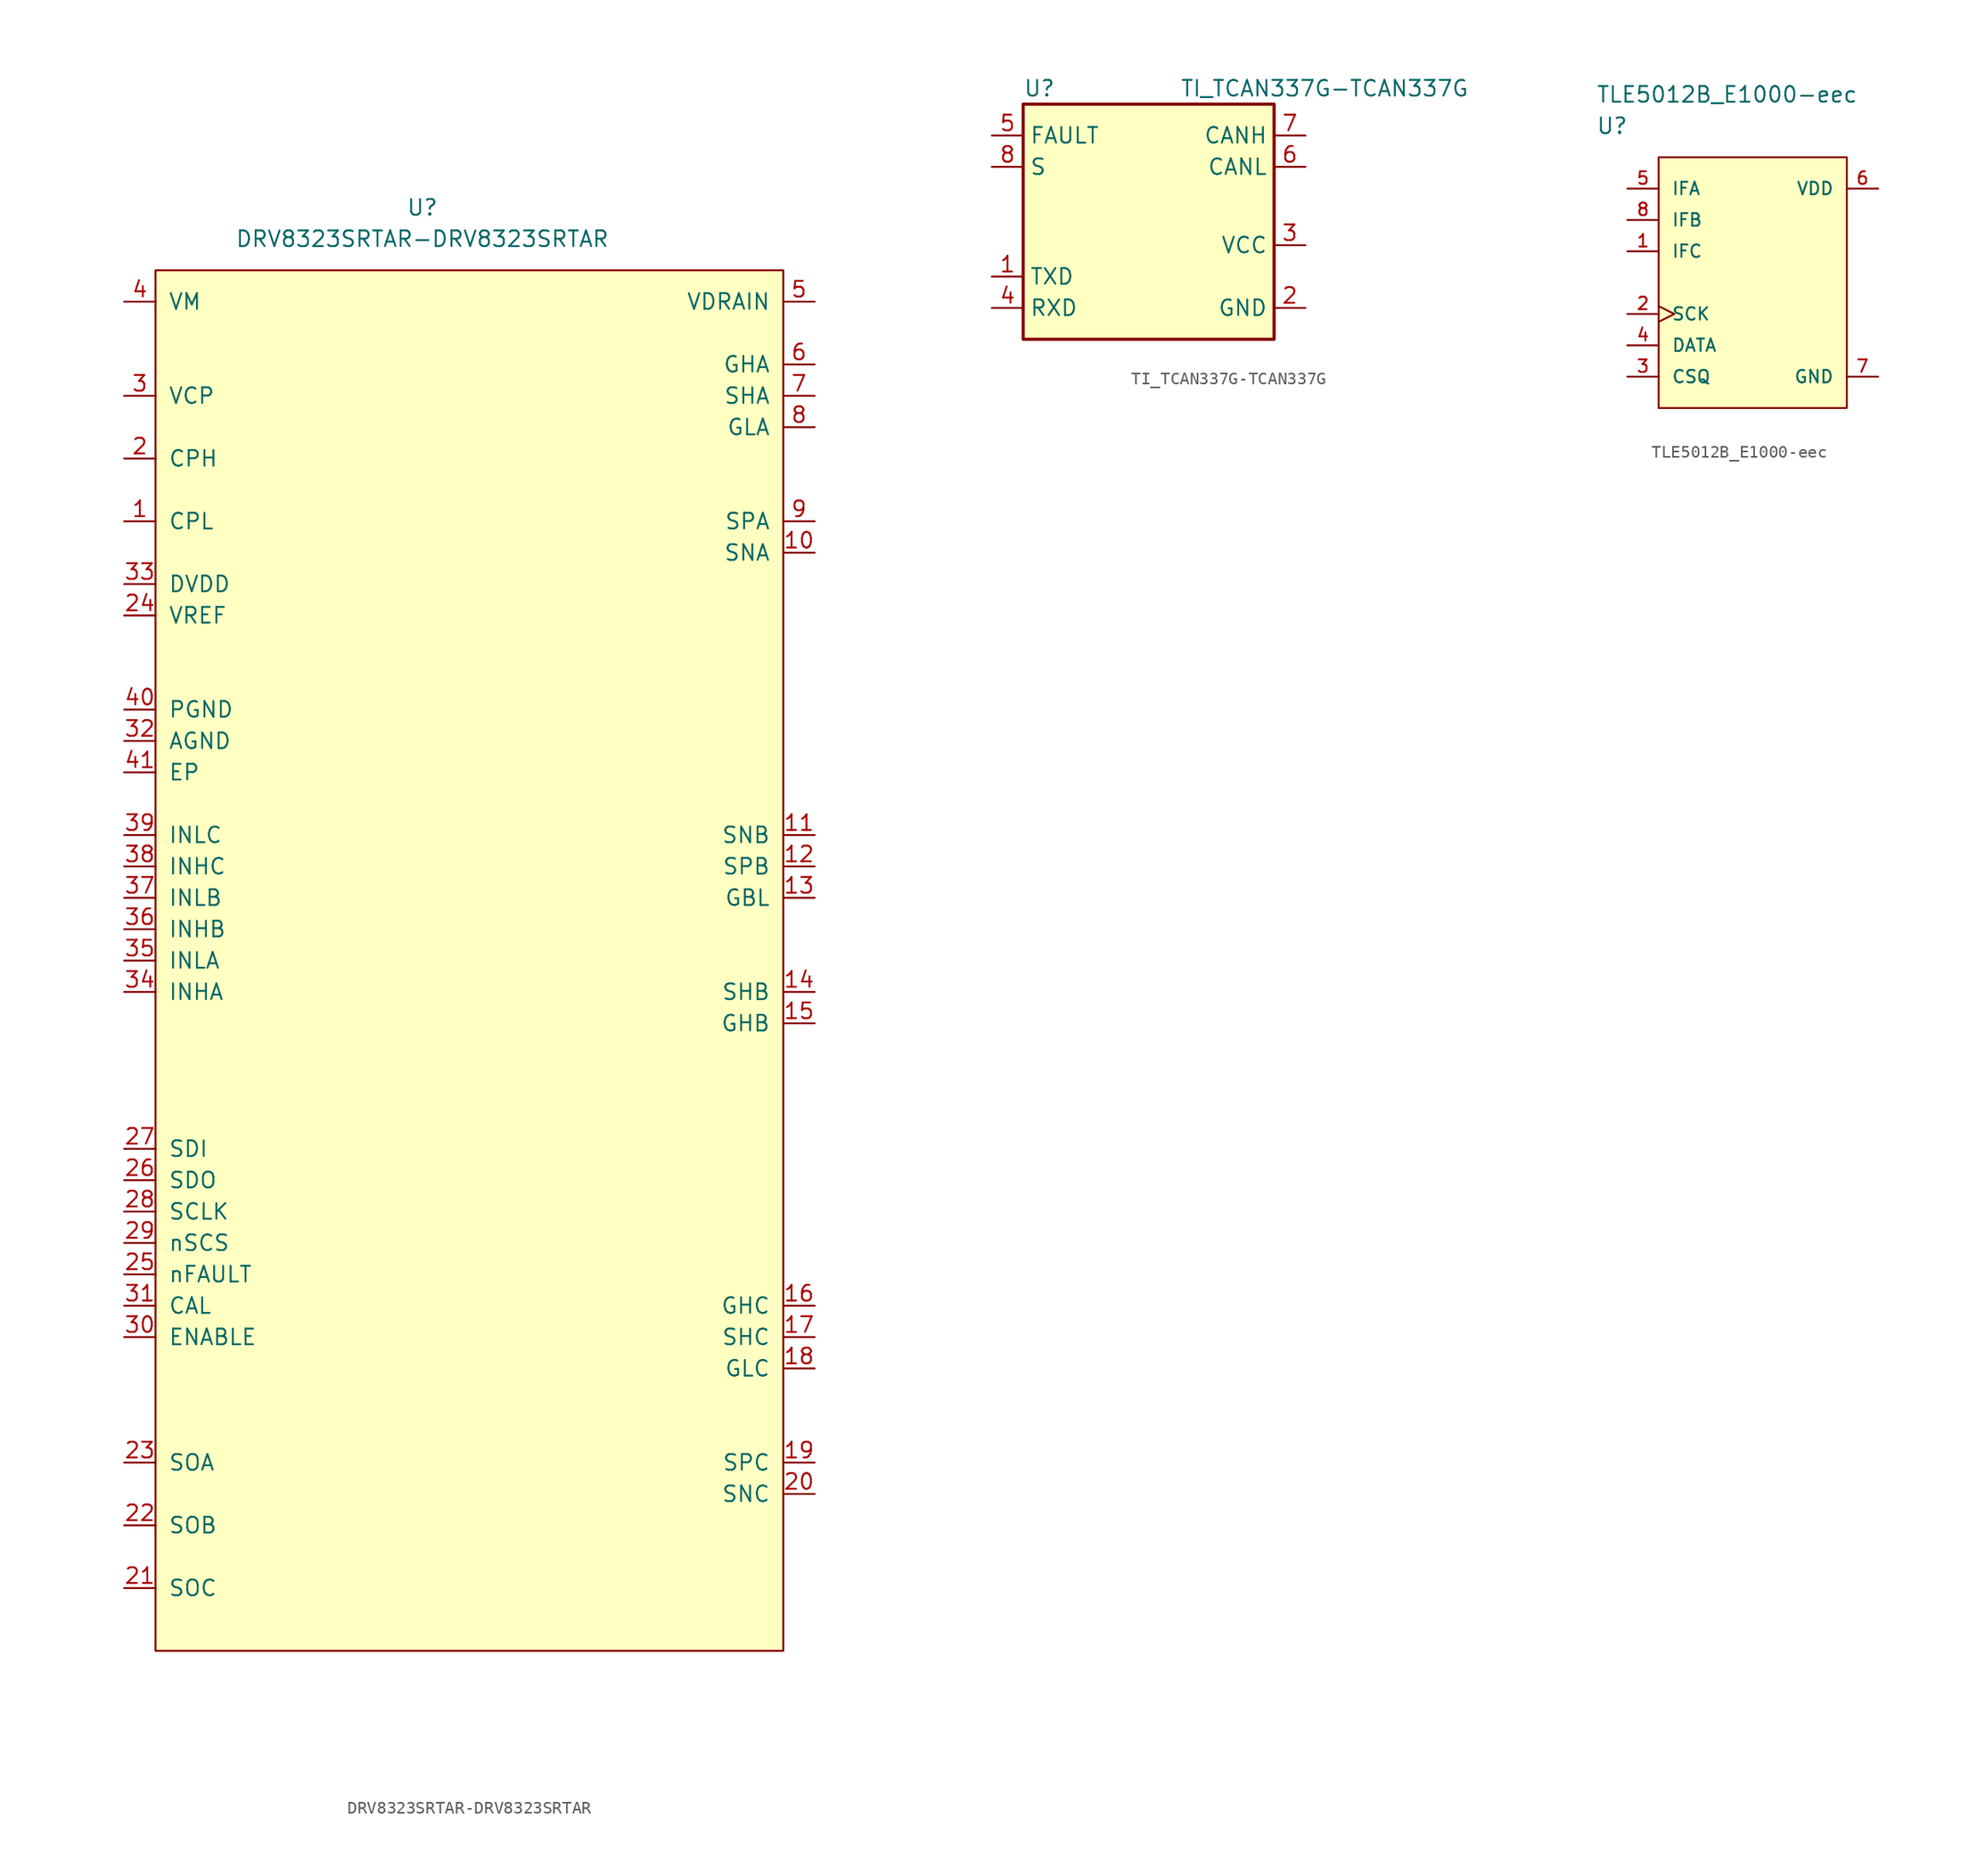
<source format=kicad_sym>
(kicad_symbol_lib
  (version 20201005)
  (generator kicad_symbol_editor)
  (symbol "OpenTurn-rescue:DRV8323SRTAR-DRV8323SRTAR"
    (pin_names
      (offset 1.016))
    (property "Reference" "U"
      (at 21.59 5.08 0)
      (effects (font (size 1.27 1.27))))
    (property "Value" "DRV8323SRTAR-DRV8323SRTAR"
      (at 21.59 2.54 0)
      (effects (font (size 1.27 1.27))))
    (symbol "DRV8323SRTAR-DRV8323SRTAR_0_1"
      (rectangle (start 0 0) (end 50.8 -111.76) (stroke (width 0)) (fill (type background))))
    (symbol "DRV8323SRTAR-DRV8323SRTAR_1_1"
      (pin power_in line (at -2.54 -20.32 0) (length 2.54) (name "CPL" (effects (font (size 1.27 1.27)))) (number "1" (effects (font (size 1.27 1.27)))))
      (pin input line (at 53.34 -22.86 180) (length 2.54) (name "SNA" (effects (font (size 1.27 1.27)))) (number "10" (effects (font (size 1.27 1.27)))))
      (pin input line (at 53.34 -45.72 180) (length 2.54) (name "SNB" (effects (font (size 1.27 1.27)))) (number "11" (effects (font (size 1.27 1.27)))))
      (pin input line (at 53.34 -48.26 180) (length 2.54) (name "SPB" (effects (font (size 1.27 1.27)))) (number "12" (effects (font (size 1.27 1.27)))))
      (pin output line (at 53.34 -50.8 180) (length 2.54) (name "GBL" (effects (font (size 1.27 1.27)))) (number "13" (effects (font (size 1.27 1.27)))))
      (pin input line (at 53.34 -58.42 180) (length 2.54) (name "SHB" (effects (font (size 1.27 1.27)))) (number "14" (effects (font (size 1.27 1.27)))))
      (pin output line (at 53.34 -60.96 180) (length 2.54) (name "GHB" (effects (font (size 1.27 1.27)))) (number "15" (effects (font (size 1.27 1.27)))))
      (pin output line (at 53.34 -83.82 180) (length 2.54) (name "GHC" (effects (font (size 1.27 1.27)))) (number "16" (effects (font (size 1.27 1.27)))))
      (pin input line (at 53.34 -86.36 180) (length 2.54) (name "SHC" (effects (font (size 1.27 1.27)))) (number "17" (effects (font (size 1.27 1.27)))))
      (pin output line (at 53.34 -88.9 180) (length 2.54) (name "GLC" (effects (font (size 1.27 1.27)))) (number "18" (effects (font (size 1.27 1.27)))))
      (pin input line (at 53.34 -96.52 180) (length 2.54) (name "SPC" (effects (font (size 1.27 1.27)))) (number "19" (effects (font (size 1.27 1.27)))))
      (pin power_in line (at -2.54 -15.24 0) (length 2.54) (name "CPH" (effects (font (size 1.27 1.27)))) (number "2" (effects (font (size 1.27 1.27)))))
      (pin input line (at 53.34 -99.06 180) (length 2.54) (name "SNC" (effects (font (size 1.27 1.27)))) (number "20" (effects (font (size 1.27 1.27)))))
      (pin output line (at -2.54 -106.68 0) (length 2.54) (name "SOC" (effects (font (size 1.27 1.27)))) (number "21" (effects (font (size 1.27 1.27)))))
      (pin output line (at -2.54 -101.6 0) (length 2.54) (name "SOB" (effects (font (size 1.27 1.27)))) (number "22" (effects (font (size 1.27 1.27)))))
      (pin output line (at -2.54 -96.52 0) (length 2.54) (name "SOA" (effects (font (size 1.27 1.27)))) (number "23" (effects (font (size 1.27 1.27)))))
      (pin power_in line (at -2.54 -27.94 0) (length 2.54) (name "VREF" (effects (font (size 1.27 1.27)))) (number "24" (effects (font (size 1.27 1.27)))))
      (pin input line (at -2.54 -81.28 0) (length 2.54) (name "nFAULT" (effects (font (size 1.27 1.27)))) (number "25" (effects (font (size 1.27 1.27)))))
      (pin input line (at -2.54 -73.66 0) (length 2.54) (name "SDO" (effects (font (size 1.27 1.27)))) (number "26" (effects (font (size 1.27 1.27)))))
      (pin input line (at -2.54 -71.12 0) (length 2.54) (name "SDI" (effects (font (size 1.27 1.27)))) (number "27" (effects (font (size 1.27 1.27)))))
      (pin input line (at -2.54 -76.2 0) (length 2.54) (name "SCLK" (effects (font (size 1.27 1.27)))) (number "28" (effects (font (size 1.27 1.27)))))
      (pin input line (at -2.54 -78.74 0) (length 2.54) (name "nSCS" (effects (font (size 1.27 1.27)))) (number "29" (effects (font (size 1.27 1.27)))))
      (pin power_in line (at -2.54 -10.16 0) (length 2.54) (name "VCP" (effects (font (size 1.27 1.27)))) (number "3" (effects (font (size 1.27 1.27)))))
      (pin input line (at -2.54 -86.36 0) (length 2.54) (name "ENABLE" (effects (font (size 1.27 1.27)))) (number "30" (effects (font (size 1.27 1.27)))))
      (pin input line (at -2.54 -83.82 0) (length 2.54) (name "CAL" (effects (font (size 1.27 1.27)))) (number "31" (effects (font (size 1.27 1.27)))))
      (pin power_in line (at -2.54 -38.1 0) (length 2.54) (name "AGND" (effects (font (size 1.27 1.27)))) (number "32" (effects (font (size 1.27 1.27)))))
      (pin power_out line (at -2.54 -25.4 0) (length 2.54) (name "DVDD" (effects (font (size 1.27 1.27)))) (number "33" (effects (font (size 1.27 1.27)))))
      (pin input line (at -2.54 -58.42 0) (length 2.54) (name "INHA" (effects (font (size 1.27 1.27)))) (number "34" (effects (font (size 1.27 1.27)))))
      (pin input line (at -2.54 -55.88 0) (length 2.54) (name "INLA" (effects (font (size 1.27 1.27)))) (number "35" (effects (font (size 1.27 1.27)))))
      (pin input line (at -2.54 -53.34 0) (length 2.54) (name "INHB" (effects (font (size 1.27 1.27)))) (number "36" (effects (font (size 1.27 1.27)))))
      (pin input line (at -2.54 -50.8 0) (length 2.54) (name "INLB" (effects (font (size 1.27 1.27)))) (number "37" (effects (font (size 1.27 1.27)))))
      (pin input line (at -2.54 -48.26 0) (length 2.54) (name "INHC" (effects (font (size 1.27 1.27)))) (number "38" (effects (font (size 1.27 1.27)))))
      (pin input line (at -2.54 -45.72 0) (length 2.54) (name "INLC" (effects (font (size 1.27 1.27)))) (number "39" (effects (font (size 1.27 1.27)))))
      (pin power_in line (at -2.54 -2.54 0) (length 2.54) (name "VM" (effects (font (size 1.27 1.27)))) (number "4" (effects (font (size 1.27 1.27)))))
      (pin input line (at -2.54 -35.56 0) (length 2.54) (name "PGND" (effects (font (size 1.27 1.27)))) (number "40" (effects (font (size 1.27 1.27)))))
      (pin power_in line (at -2.54 -40.64 0) (length 2.54) (name "EP" (effects (font (size 1.27 1.27)))) (number "41" (effects (font (size 1.27 1.27)))))
      (pin input line (at 53.34 -2.54 180) (length 2.54) (name "VDRAIN" (effects (font (size 1.27 1.27)))) (number "5" (effects (font (size 1.27 1.27)))))
      (pin output line (at 53.34 -7.62 180) (length 2.54) (name "GHA" (effects (font (size 1.27 1.27)))) (number "6" (effects (font (size 1.27 1.27)))))
      (pin input line (at 53.34 -10.16 180) (length 2.54) (name "SHA" (effects (font (size 1.27 1.27)))) (number "7" (effects (font (size 1.27 1.27)))))
      (pin output line (at 53.34 -12.7 180) (length 2.54) (name "GLA" (effects (font (size 1.27 1.27)))) (number "8" (effects (font (size 1.27 1.27)))))
      (pin input line (at 53.34 -20.32 180) (length 2.54) (name "SPA" (effects (font (size 1.27 1.27)))) (number "9" (effects (font (size 1.27 1.27)))))))
  (symbol "OpenTurn-rescue:TI_TCAN337G-TCAN337G"
    (property "Reference" "U"
      (at -10.16 8.89 0)
      (effects (font (size 1.27 1.27)) (justify left)))
    (property "Value" "TI_TCAN337G-TCAN337G"
      (at 2.54 8.89 0)
      (effects (font (size 1.27 1.27)) (justify left)))
    (symbol "TI_TCAN337G-TCAN337G_0_1"
      (rectangle (start -10.16 7.62) (end 10.16 -11.43) (stroke (width 0.254)) (fill (type background))))
    (symbol "TI_TCAN337G-TCAN337G_1_1"
      (pin input line (at -12.7 -6.35 0) (length 2.54) (name "TXD" (effects (font (size 1.27 1.27)))) (number "1" (effects (font (size 1.27 1.27)))))
      (pin power_in line (at 12.7 -8.89 180) (length 2.54) (name "GND" (effects (font (size 1.27 1.27)))) (number "2" (effects (font (size 1.27 1.27)))))
      (pin power_in line (at 12.7 -3.81 180) (length 2.54) (name "VCC" (effects (font (size 1.27 1.27)))) (number "3" (effects (font (size 1.27 1.27)))))
      (pin tri_state line (at -12.7 -8.89 0) (length 2.54) (name "RXD" (effects (font (size 1.27 1.27)))) (number "4" (effects (font (size 1.27 1.27)))))
      (pin open_collector line (at -12.7 5.08 0) (length 2.54) (name "FAULT" (effects (font (size 1.27 1.27)))) (number "5" (effects (font (size 1.27 1.27)))))
      (pin bidirectional line (at 12.7 2.54 180) (length 2.54) (name "CANL" (effects (font (size 1.27 1.27)))) (number "6" (effects (font (size 1.27 1.27)))))
      (pin bidirectional line (at 12.7 5.08 180) (length 2.54) (name "CANH" (effects (font (size 1.27 1.27)))) (number "7" (effects (font (size 1.27 1.27)))))
      (pin input line (at -12.7 2.54 0) (length 2.54) (name "S" (effects (font (size 1.27 1.27)))) (number "8" (effects (font (size 1.27 1.27)))))))
  (symbol "OpenTurn-rescue:TLE5012B_E1000-eec"
    (pin_names
      (offset 1.016))
    (property "Reference" "U"
      (at 0 5.08 0)
      (effects (font (size 1.27 1.27)) (justify left)))
    (property "Value" "TLE5012B_E1000-eec"
      (at 0 7.62 0)
      (effects (font (size 1.27 1.27)) (justify left)))
    (property "ki_locked" ""
      (at 0 0 0)
      (effects (font (size 1.27 1.27))))
    (symbol "TLE5012B_E1000-eec_1_1"
      (rectangle (start 5.08 2.54) (end 20.32 -17.78) (stroke (width 0)) (fill (type background)))
      (pin bidirectional line (at 2.54 -5.08 0) (length 2.54) (name "IFC" (effects (font (size 1.016 1.016)))) (number "1" (effects (font (size 1.016 1.016)))))
      (pin input clock (at 2.54 -10.16 0) (length 2.54) (name "SCK" (effects (font (size 1.016 1.016)))) (number "2" (effects (font (size 1.016 1.016)))))
      (pin input line (at 2.54 -15.24 0) (length 2.54) (name "CSQ" (effects (font (size 1.016 1.016)))) (number "3" (effects (font (size 1.016 1.016)))))
      (pin bidirectional line (at 2.54 -12.7 0) (length 2.54) (name "DATA" (effects (font (size 1.016 1.016)))) (number "4" (effects (font (size 1.016 1.016)))))
      (pin open_collector line (at 2.54 0 0) (length 2.54) (name "IFA" (effects (font (size 1.016 1.016)))) (number "5" (effects (font (size 1.016 1.016)))))
      (pin power_in line (at 22.86 0 180) (length 2.54) (name "VDD" (effects (font (size 1.016 1.016)))) (number "6" (effects (font (size 1.016 1.016)))))
      (pin power_in line (at 22.86 -15.24 180) (length 2.54) (name "GND" (effects (font (size 1.016 1.016)))) (number "7" (effects (font (size 1.016 1.016)))))
      (pin open_collector line (at 2.54 -2.54 0) (length 2.54) (name "IFB" (effects (font (size 1.016 1.016)))) (number "8" (effects (font (size 1.016 1.016))))))))
</source>
